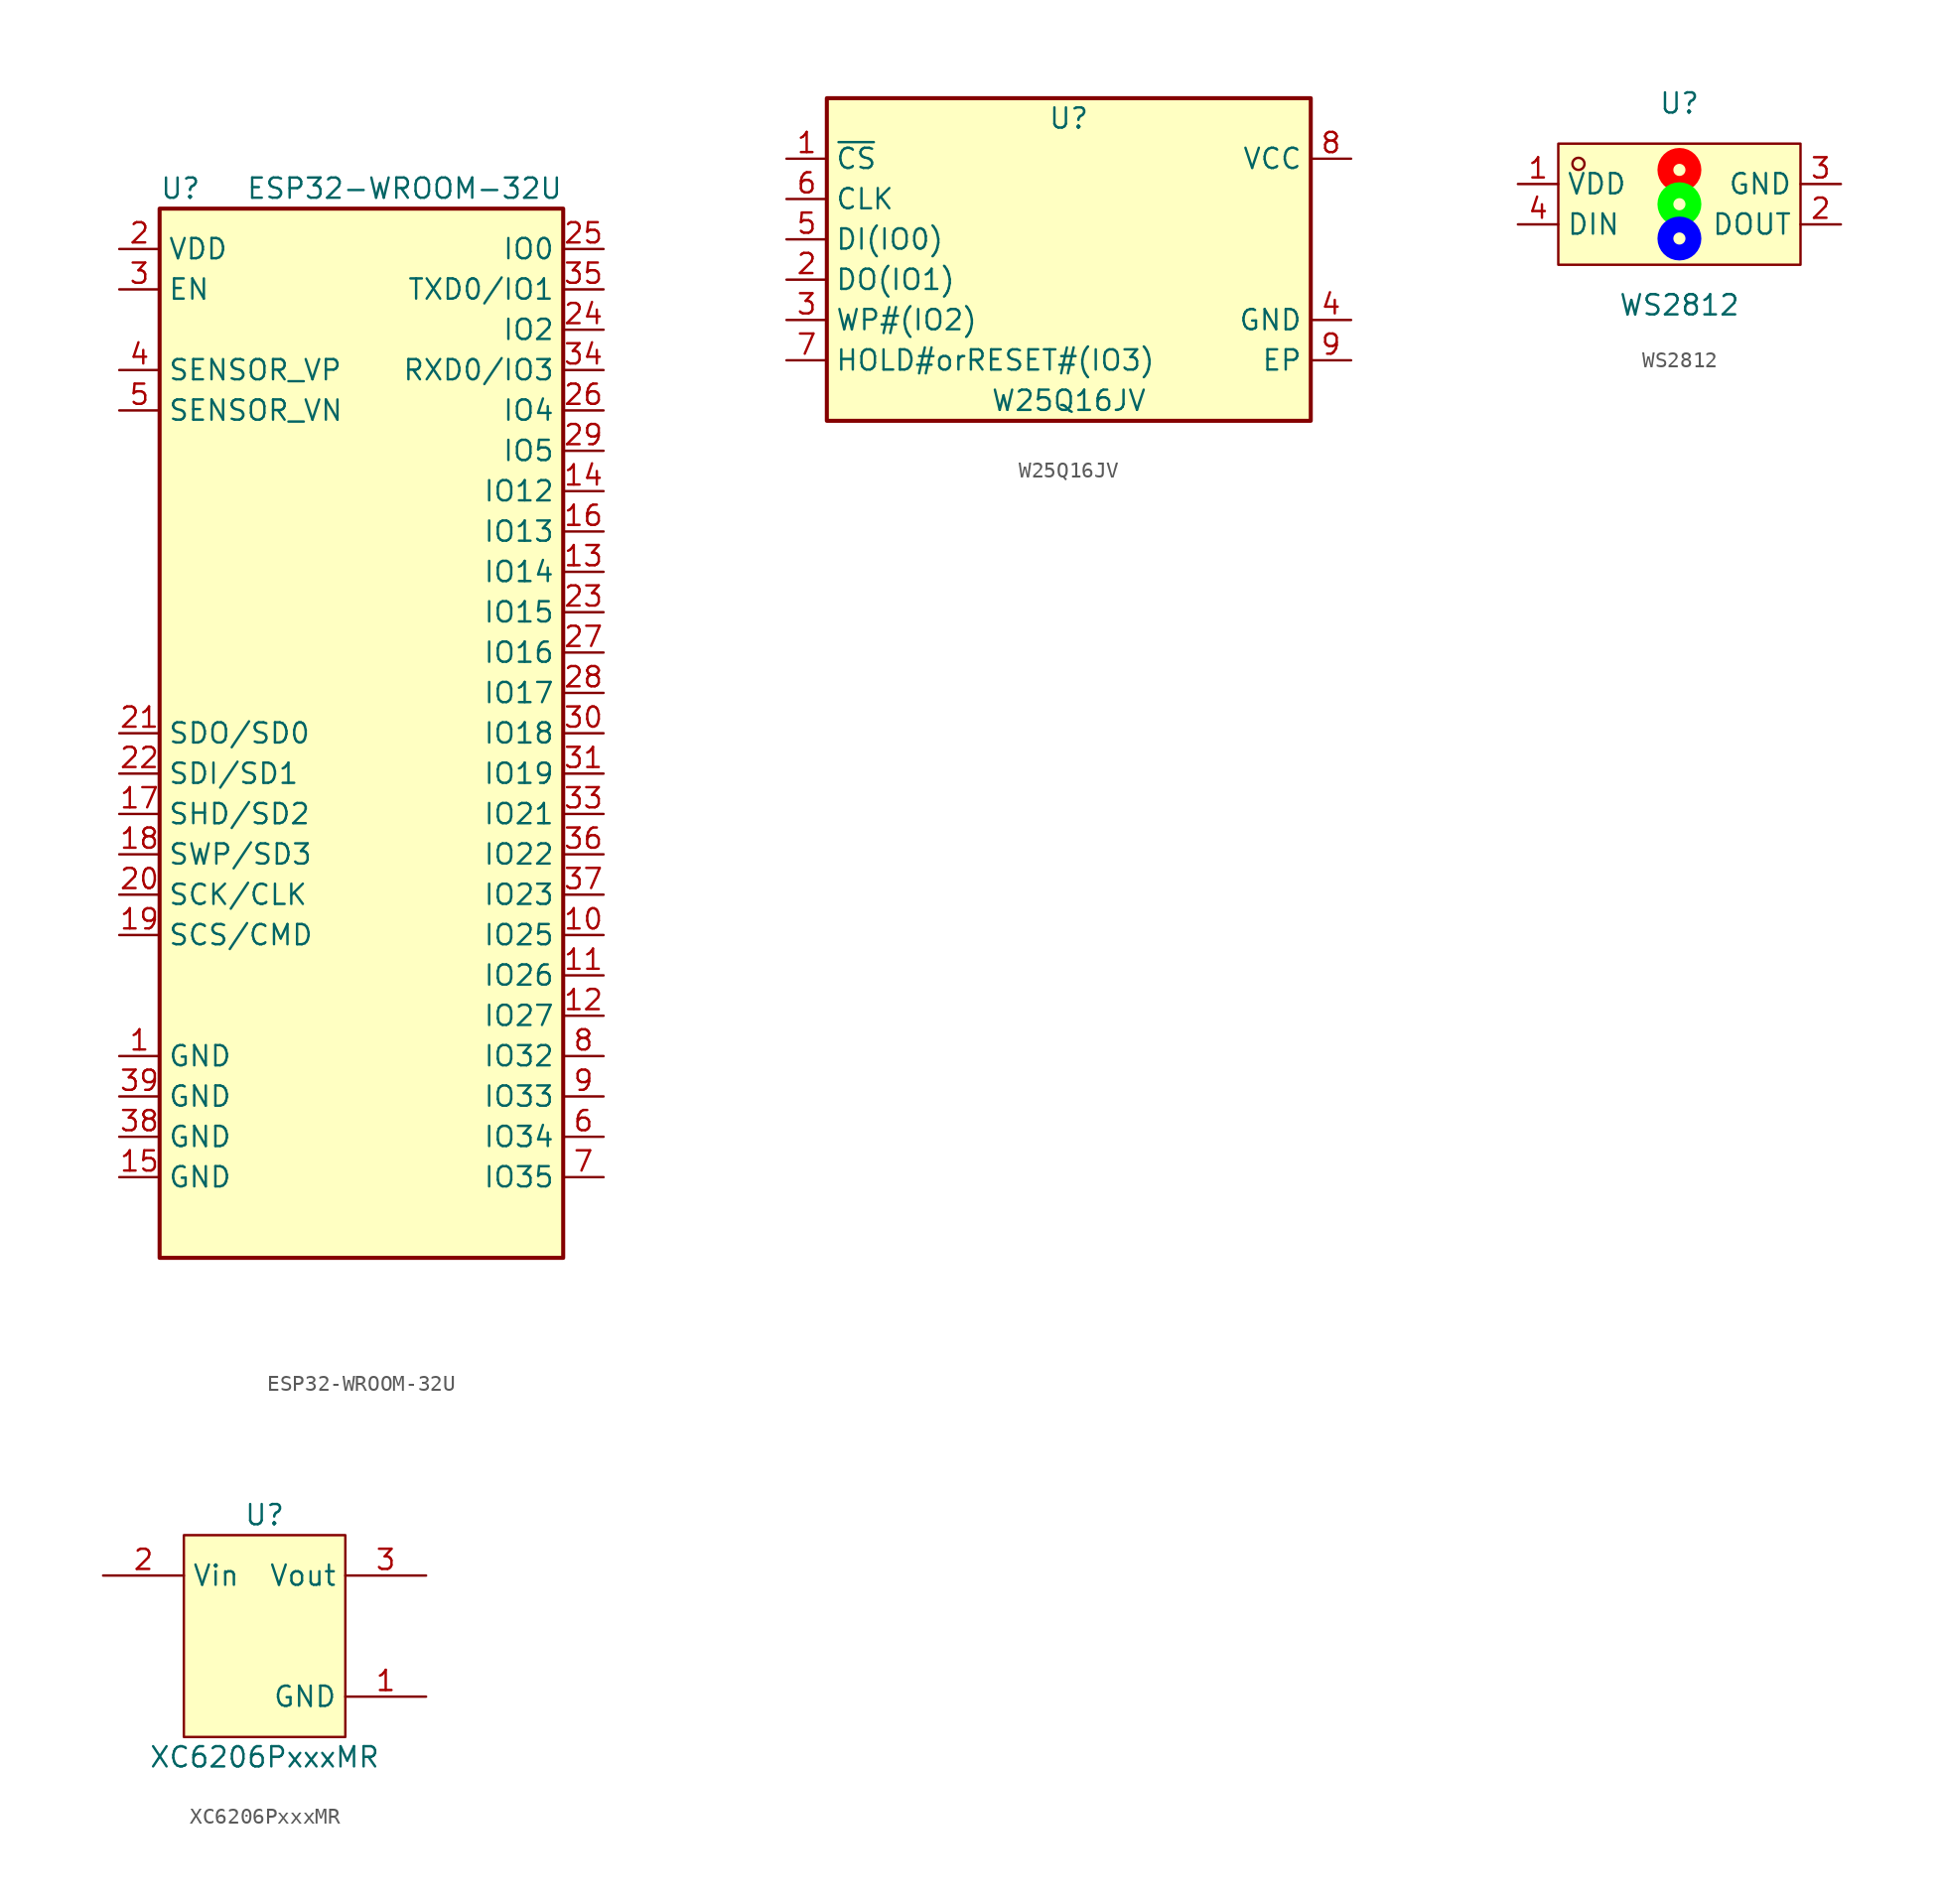
<source format=kicad_sym>
(kicad_symbol_lib
  (version 20220914)
  (generator kicad_symbol_editor)
  (symbol "ESP32-WROOM-32U"
    (property "Reference" "U"
      (at -12.7 34.29 0)
      (effects (font (size 1.27 1.27)) (justify left)))
    (property "Value" "ESP32-WROOM-32U"
      (at 12.7 34.29 0)
      (effects (font (size 1.27 1.27)) (justify right)))
    (symbol "ESP32-WROOM-32U_0_1"
      (rectangle (start -12.7 33.02) (end 12.7 -33.02) (stroke (width 0.254) (type default)) (fill (type background))))
    (symbol "ESP32-WROOM-32U_1_1"
      (pin power_in line (at -15.24 -20.32 0) (length 2.54) (name "GND" (effects (font (size 1.27 1.27)))) (number "1" (effects (font (size 1.27 1.27)))))
      (pin bidirectional line (at 15.24 -12.7 180) (length 2.54) (name "IO25" (effects (font (size 1.27 1.27)))) (number "10" (effects (font (size 1.27 1.27)))))
      (pin bidirectional line (at 15.24 -15.24 180) (length 2.54) (name "IO26" (effects (font (size 1.27 1.27)))) (number "11" (effects (font (size 1.27 1.27)))))
      (pin bidirectional line (at 15.24 -17.78 180) (length 2.54) (name "IO27" (effects (font (size 1.27 1.27)))) (number "12" (effects (font (size 1.27 1.27)))))
      (pin bidirectional line (at 15.24 10.16 180) (length 2.54) (name "IO14" (effects (font (size 1.27 1.27)))) (number "13" (effects (font (size 1.27 1.27)))))
      (pin bidirectional line (at 15.24 15.24 180) (length 2.54) (name "IO12" (effects (font (size 1.27 1.27)))) (number "14" (effects (font (size 1.27 1.27)))))
      (pin power_in line (at -15.24 -27.94 0) (length 2.54) (name "GND" (effects (font (size 1.27 1.27)))) (number "15" (effects (font (size 1.27 1.27)))))
      (pin bidirectional line (at 15.24 12.7 180) (length 2.54) (name "IO13" (effects (font (size 1.27 1.27)))) (number "16" (effects (font (size 1.27 1.27)))))
      (pin bidirectional line (at -15.24 -5.08 0) (length 2.54) (name "SHD/SD2" (effects (font (size 1.27 1.27)))) (number "17" (effects (font (size 1.27 1.27)))))
      (pin bidirectional line (at -15.24 -7.62 0) (length 2.54) (name "SWP/SD3" (effects (font (size 1.27 1.27)))) (number "18" (effects (font (size 1.27 1.27)))))
      (pin bidirectional line (at -15.24 -12.7 0) (length 2.54) (name "SCS/CMD" (effects (font (size 1.27 1.27)))) (number "19" (effects (font (size 1.27 1.27)))))
      (pin power_in line (at -15.24 30.48 0) (length 2.54) (name "VDD" (effects (font (size 1.27 1.27)))) (number "2" (effects (font (size 1.27 1.27)))))
      (pin bidirectional line (at -15.24 -10.16 0) (length 2.54) (name "SCK/CLK" (effects (font (size 1.27 1.27)))) (number "20" (effects (font (size 1.27 1.27)))))
      (pin bidirectional line (at -15.24 0 0) (length 2.54) (name "SDO/SD0" (effects (font (size 1.27 1.27)))) (number "21" (effects (font (size 1.27 1.27)))))
      (pin bidirectional line (at -15.24 -2.54 0) (length 2.54) (name "SDI/SD1" (effects (font (size 1.27 1.27)))) (number "22" (effects (font (size 1.27 1.27)))))
      (pin bidirectional line (at 15.24 7.62 180) (length 2.54) (name "IO15" (effects (font (size 1.27 1.27)))) (number "23" (effects (font (size 1.27 1.27)))))
      (pin bidirectional line (at 15.24 25.4 180) (length 2.54) (name "IO2" (effects (font (size 1.27 1.27)))) (number "24" (effects (font (size 1.27 1.27)))))
      (pin bidirectional line (at 15.24 30.48 180) (length 2.54) (name "IO0" (effects (font (size 1.27 1.27)))) (number "25" (effects (font (size 1.27 1.27)))))
      (pin bidirectional line (at 15.24 20.32 180) (length 2.54) (name "IO4" (effects (font (size 1.27 1.27)))) (number "26" (effects (font (size 1.27 1.27)))))
      (pin bidirectional line (at 15.24 5.08 180) (length 2.54) (name "IO16" (effects (font (size 1.27 1.27)))) (number "27" (effects (font (size 1.27 1.27)))))
      (pin bidirectional line (at 15.24 2.54 180) (length 2.54) (name "IO17" (effects (font (size 1.27 1.27)))) (number "28" (effects (font (size 1.27 1.27)))))
      (pin bidirectional line (at 15.24 17.78 180) (length 2.54) (name "IO5" (effects (font (size 1.27 1.27)))) (number "29" (effects (font (size 1.27 1.27)))))
      (pin input line (at -15.24 27.94 0) (length 2.54) (name "EN" (effects (font (size 1.27 1.27)))) (number "3" (effects (font (size 1.27 1.27)))))
      (pin bidirectional line (at 15.24 0 180) (length 2.54) (name "IO18" (effects (font (size 1.27 1.27)))) (number "30" (effects (font (size 1.27 1.27)))))
      (pin bidirectional line (at 15.24 -2.54 180) (length 2.54) (name "IO19" (effects (font (size 1.27 1.27)))) (number "31" (effects (font (size 1.27 1.27)))))
      (pin no_connect line (at -12.7 -16.51 0) (length 2.54) hide (name "NC" (effects (font (size 1.27 1.27)))) (number "32" (effects (font (size 1.27 1.27)))))
      (pin bidirectional line (at 15.24 -5.08 180) (length 2.54) (name "IO21" (effects (font (size 1.27 1.27)))) (number "33" (effects (font (size 1.27 1.27)))))
      (pin bidirectional line (at 15.24 22.86 180) (length 2.54) (name "RXD0/IO3" (effects (font (size 1.27 1.27)))) (number "34" (effects (font (size 1.27 1.27)))))
      (pin bidirectional line (at 15.24 27.94 180) (length 2.54) (name "TXD0/IO1" (effects (font (size 1.27 1.27)))) (number "35" (effects (font (size 1.27 1.27)))))
      (pin bidirectional line (at 15.24 -7.62 180) (length 2.54) (name "IO22" (effects (font (size 1.27 1.27)))) (number "36" (effects (font (size 1.27 1.27)))))
      (pin bidirectional line (at 15.24 -10.16 180) (length 2.54) (name "IO23" (effects (font (size 1.27 1.27)))) (number "37" (effects (font (size 1.27 1.27)))))
      (pin power_in line (at -15.24 -25.4 0) (length 2.54) (name "GND" (effects (font (size 1.27 1.27)))) (number "38" (effects (font (size 1.27 1.27)))))
      (pin power_in line (at -15.24 -22.86 0) (length 2.54) (name "GND" (effects (font (size 1.27 1.27)))) (number "39" (effects (font (size 1.27 1.27)))))
      (pin input line (at -15.24 22.86 0) (length 2.54) (name "SENSOR_VP" (effects (font (size 1.27 1.27)))) (number "4" (effects (font (size 1.27 1.27)))))
      (pin input line (at -15.24 20.32 0) (length 2.54) (name "SENSOR_VN" (effects (font (size 1.27 1.27)))) (number "5" (effects (font (size 1.27 1.27)))))
      (pin input line (at 15.24 -25.4 180) (length 2.54) (name "IO34" (effects (font (size 1.27 1.27)))) (number "6" (effects (font (size 1.27 1.27)))))
      (pin input line (at 15.24 -27.94 180) (length 2.54) (name "IO35" (effects (font (size 1.27 1.27)))) (number "7" (effects (font (size 1.27 1.27)))))
      (pin bidirectional line (at 15.24 -20.32 180) (length 2.54) (name "IO32" (effects (font (size 1.27 1.27)))) (number "8" (effects (font (size 1.27 1.27)))))
      (pin bidirectional line (at 15.24 -22.86 180) (length 2.54) (name "IO33" (effects (font (size 1.27 1.27)))) (number "9" (effects (font (size 1.27 1.27)))))))
  (symbol "W25Q16JV"
    (property "Reference" "U"
      (at 0 7.62 0)
      (effects (font (size 1.27 1.27))))
    (property "Value" "W25Q16JV"
      (at 0 -10.16 0)
      (effects (font (size 1.27 1.27))))
    (symbol "W25Q16JV_0_1"
      (rectangle (start -15.24 8.89) (end 15.24 -11.43) (stroke (width 0.254) (type default)) (fill (type background)))
      (pin unspecified line (at -17.78 5.08 0) (length 2.54) (name "~{CS}" (effects (font (size 1.27 1.27)))) (number "1" (effects (font (size 1.27 1.27)))))
      (pin unspecified line (at -17.78 -2.54 0) (length 2.54) (name "DO(IO1)" (effects (font (size 1.27 1.27)))) (number "2" (effects (font (size 1.27 1.27)))))
      (pin unspecified line (at -17.78 -5.08 0) (length 2.54) (name "WP#(IO2)" (effects (font (size 1.27 1.27)))) (number "3" (effects (font (size 1.27 1.27)))))
      (pin unspecified line (at 17.78 -5.08 180) (length 2.54) (name "GND" (effects (font (size 1.27 1.27)))) (number "4" (effects (font (size 1.27 1.27)))))
      (pin unspecified line (at -17.78 0 0) (length 2.54) (name "DI(IO0)" (effects (font (size 1.27 1.27)))) (number "5" (effects (font (size 1.27 1.27)))))
      (pin unspecified line (at -17.78 2.54 0) (length 2.54) (name "CLK" (effects (font (size 1.27 1.27)))) (number "6" (effects (font (size 1.27 1.27)))))
      (pin unspecified line (at -17.78 -7.62 0) (length 2.54) (name "HOLD#orRESET#(IO3)" (effects (font (size 1.27 1.27)))) (number "7" (effects (font (size 1.27 1.27)))))
      (pin unspecified line (at 17.78 5.08 180) (length 2.54) (name "VCC" (effects (font (size 1.27 1.27)))) (number "8" (effects (font (size 1.27 1.27)))))
      (pin unspecified line (at 17.78 -7.62 180) (length 2.54) (name "EP" (effects (font (size 1.27 1.27)))) (number "9" (effects (font (size 1.27 1.27)))))))
  (symbol "WS2812"
    (property "Reference" "U"
      (at 0 6.35 0)
      (effects (font (size 1.27 1.27))))
    (property "Value" "WS2812"
      (at 0 -6.35 0)
      (effects (font (size 1.27 1.27))))
    (symbol "WS2812_0_1"
      (rectangle (start -7.62 3.81) (end 7.62 -3.81) (stroke (width 0) (type default)) (fill (type background)))
      (circle (center -6.35 2.54) (radius 0.38) (stroke (width 0) (type default)) (fill (type none)))
      (pin unspecified line (at -10.16 1.27 0) (length 2.54) (name "VDD" (effects (font (size 1.27 1.27)))) (number "1" (effects (font (size 1.27 1.27)))))
      (pin unspecified line (at 10.16 -1.27 180) (length 2.54) (name "DOUT" (effects (font (size 1.27 1.27)))) (number "2" (effects (font (size 1.27 1.27)))))
      (pin unspecified line (at 10.16 1.27 180) (length 2.54) (name "GND" (effects (font (size 1.27 1.27)))) (number "3" (effects (font (size 1.27 1.27)))))
      (pin unspecified line (at -10.16 -1.27 0) (length 2.54) (name "DIN" (effects (font (size 1.27 1.27)))) (number "4" (effects (font (size 1.27 1.27))))))
    (symbol "WS2812_1_1"
      (circle (center 0 -2.159) (radius 0.381) (stroke (width 1) (type default) (color 0 0 255 1)) (fill (type none)))
      (circle (center 0 0) (radius 0.381) (stroke (width 1) (type default) (color 0 255 0 1)) (fill (type none)))
      (circle (center 0 2.159) (radius 0.381) (stroke (width 1) (type default) (color 255 0 0 1)) (fill (type none)))))
  (symbol "XC6206PxxxMR"
    (property "Reference" "U"
      (at 0 7.62 0)
      (effects (font (size 1.27 1.27))))
    (property "Value" "XC6206PxxxMR"
      (at 0 -7.62 0)
      (effects (font (size 1.27 1.27))))
    (symbol "XC6206PxxxMR_0_1"
      (rectangle (start -5.08 6.35) (end 5.08 -6.35) (stroke (width 0) (type default)) (fill (type background))))
    (symbol "XC6206PxxxMR_1_1"
      (pin power_in line (at 10.16 -3.81 180) (length 5.08) (name "GND" (effects (font (size 1.27 1.27)))) (number "1" (effects (font (size 1.27 1.27)))))
      (pin power_in line (at -10.16 3.81 0) (length 5.08) (name "Vin" (effects (font (size 1.27 1.27)))) (number "2" (effects (font (size 1.27 1.27)))))
      (pin power_out line (at 10.16 3.81 180) (length 5.08) (name "Vout" (effects (font (size 1.27 1.27)))) (number "3" (effects (font (size 1.27 1.27))))))))
</source>
